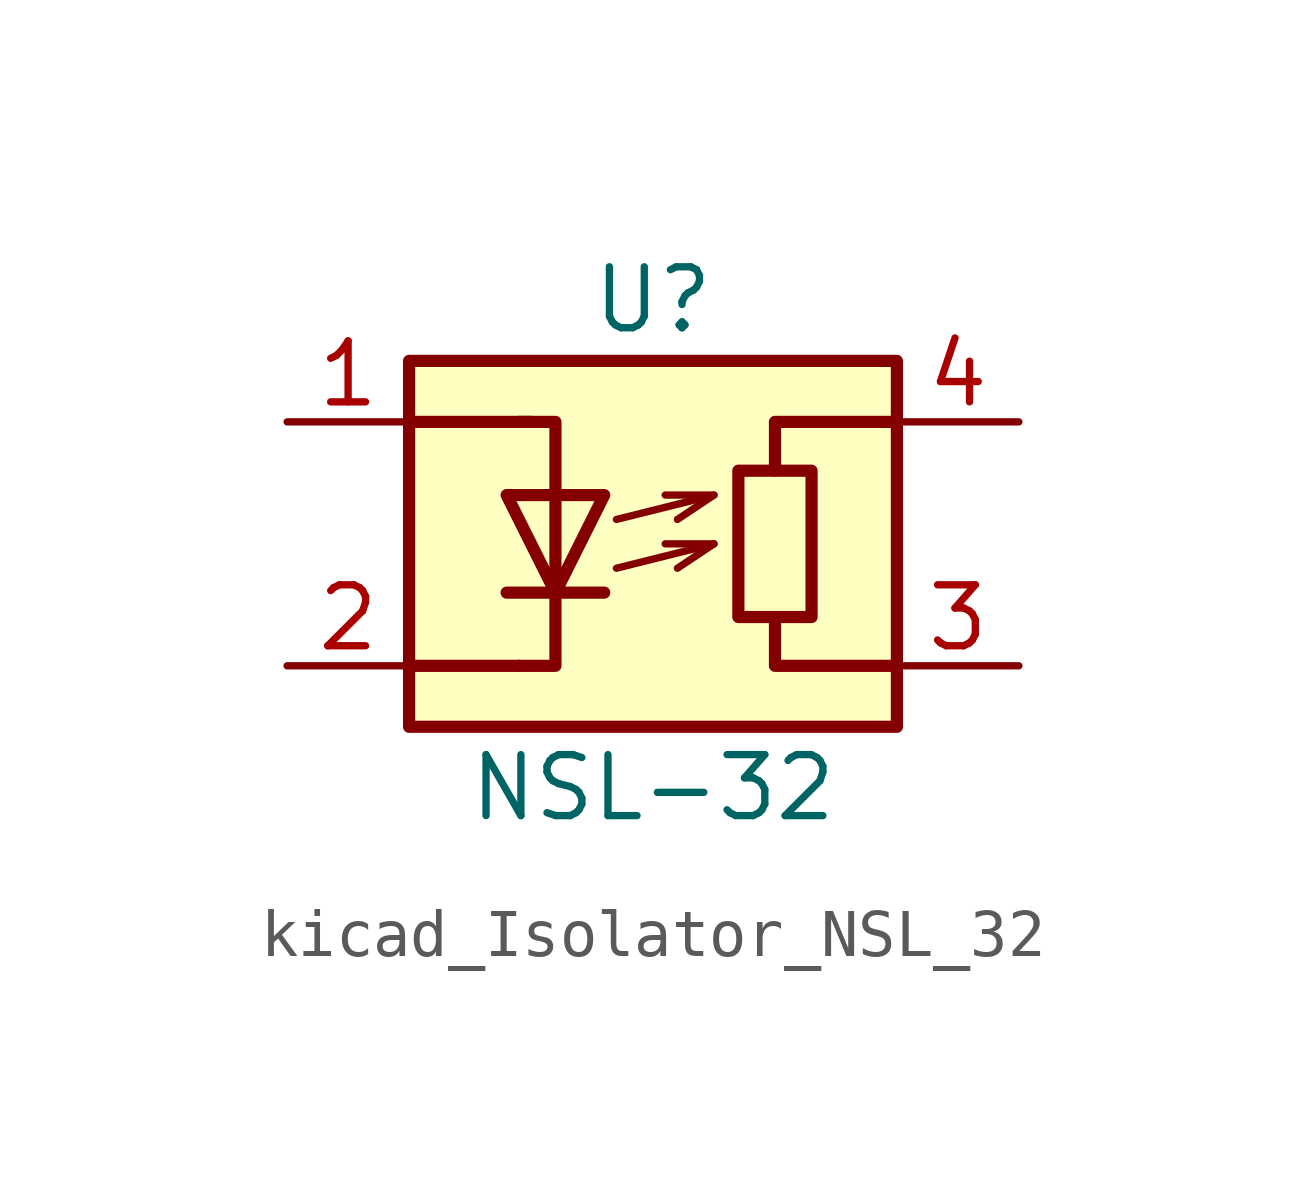
<source format=kicad_sym>
(kicad_symbol_lib
  (version 20220914)
  (generator kicad_symbol_editor)
  (symbol "kicad_Isolator_NSL_32"
    (pin_names
      (offset 0.762) hide)
    (property "Reference" "U"
      (at 0 5.08 0)
      (effects (font (size 1.27 1.27))))
    (property "Value" "NSL-32"
      (at 0 -5.08 0)
      (effects (font (size 1.27 1.27))))
    (symbol "kicad_Isolator_NSL_32_0_1"
      (rectangle (start -5.08 3.81) (end 5.08 -3.81) (stroke (width 0.254) (type default)) (fill (type background)))
      (polyline (pts (xy -5.08 2.54) (xy -2.54 2.54)) (stroke (width 0.254) (type default)) (fill (type none)))
      (polyline (pts (xy -2.794 -2.54) (xy -5.08 -2.54)) (stroke (width 0.254) (type default)) (fill (type none)))
      (polyline (pts (xy -1.016 -1.016) (xy -3.048 -1.016) (xy -3.048 -1.016)) (stroke (width 0.254) (type default)) (fill (type none)))
      (polyline (pts (xy -0.762 -0.508) (xy 1.27 0) (xy 1.27 0)) (stroke (width 0) (type default)) (fill (type none)))
      (polyline (pts (xy -0.762 0.508) (xy 1.27 1.016) (xy 1.27 1.016)) (stroke (width 0) (type default)) (fill (type none)))
      (polyline (pts (xy 2.54 -1.524) (xy 2.54 -2.54) (xy 5.08 -2.54)) (stroke (width 0.254) (type default)) (fill (type none)))
      (polyline (pts (xy 2.54 1.524) (xy 2.54 2.54) (xy 5.08 2.54)) (stroke (width 0.254) (type default)) (fill (type none)))
      (polyline (pts (xy -2.794 -2.54) (xy -2.032 -2.54) (xy -2.032 2.54) (xy -2.794 2.54)) (stroke (width 0.254) (type default)) (fill (type none)))
      (polyline (pts (xy 0.254 0) (xy 1.27 0) (xy 0.508 -0.508) (xy 0.508 -0.508)) (stroke (width 0) (type default)) (fill (type none)))
      (polyline (pts (xy 0.254 1.016) (xy 1.27 1.016) (xy 0.508 0.508) (xy 0.508 0.508)) (stroke (width 0) (type default)) (fill (type none)))
      (polyline (pts (xy -1.016 1.016) (xy -3.048 1.016) (xy -2.032 -1.016) (xy -1.016 1.016) (xy -1.016 1.016) (xy -1.016 1.016)) (stroke (width 0.254) (type default)) (fill (type none)))
      (rectangle (start 1.778 1.524) (end 3.302 -1.524) (stroke (width 0.254) (type default)) (fill (type none))))
    (symbol "kicad_Isolator_NSL_32_1_1"
      (pin passive line (at -7.62 2.54 0) (length 2.54) (name "A" (effects (font (size 1.27 1.27)))) (number "1" (effects (font (size 1.27 1.27)))))
      (pin passive line (at -7.62 -2.54 0) (length 2.54) (name "K" (effects (font (size 1.27 1.27)))) (number "2" (effects (font (size 1.27 1.27)))))
      (pin passive line (at 7.62 -2.54 180) (length 2.54) (name "R" (effects (font (size 1.27 1.27)))) (number "3" (effects (font (size 1.27 1.27)))))
      (pin passive line (at 7.62 2.54 180) (length 2.54) (name "R" (effects (font (size 1.27 1.27)))) (number "4" (effects (font (size 1.27 1.27))))))))
</source>
